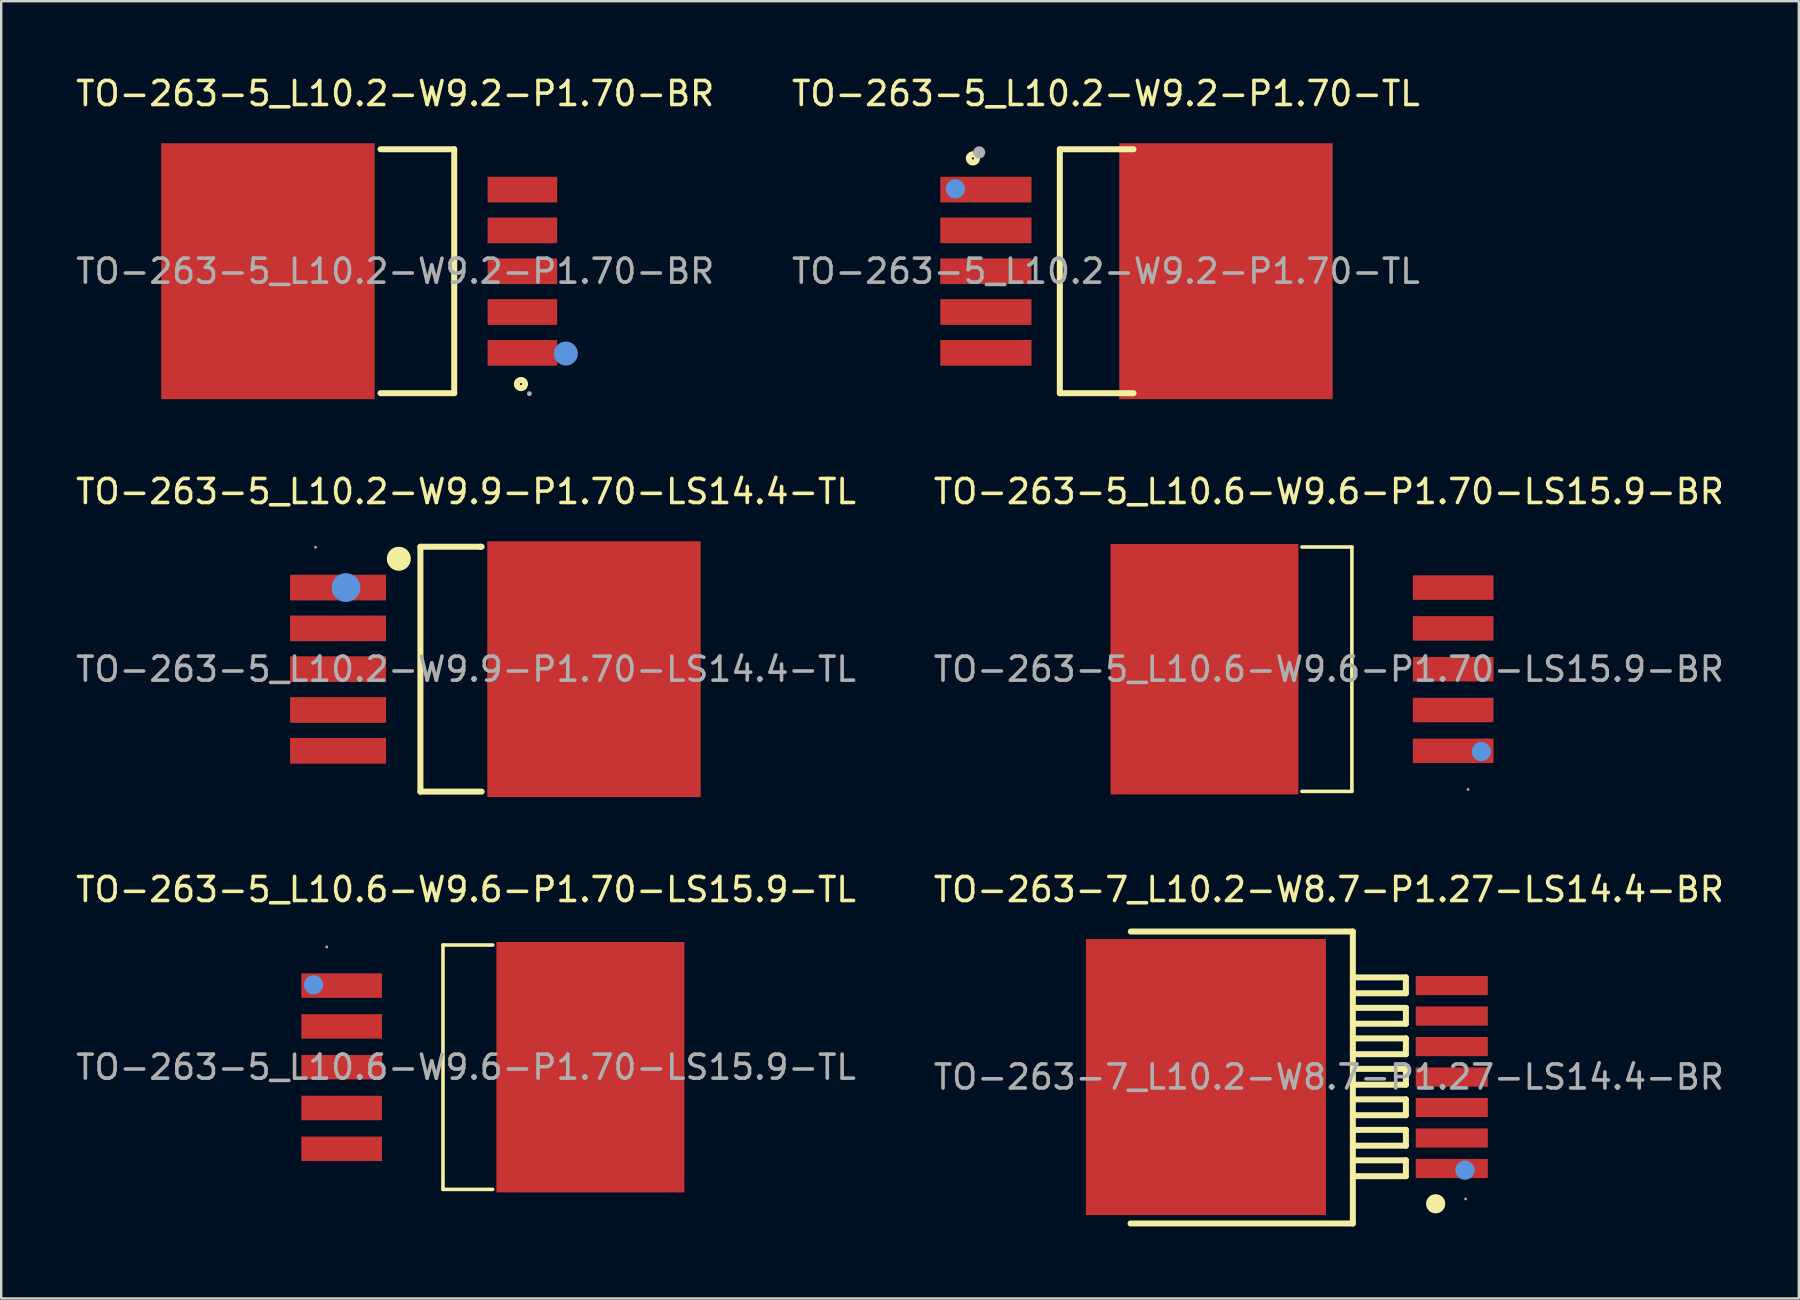
<source format=kicad_pcb>
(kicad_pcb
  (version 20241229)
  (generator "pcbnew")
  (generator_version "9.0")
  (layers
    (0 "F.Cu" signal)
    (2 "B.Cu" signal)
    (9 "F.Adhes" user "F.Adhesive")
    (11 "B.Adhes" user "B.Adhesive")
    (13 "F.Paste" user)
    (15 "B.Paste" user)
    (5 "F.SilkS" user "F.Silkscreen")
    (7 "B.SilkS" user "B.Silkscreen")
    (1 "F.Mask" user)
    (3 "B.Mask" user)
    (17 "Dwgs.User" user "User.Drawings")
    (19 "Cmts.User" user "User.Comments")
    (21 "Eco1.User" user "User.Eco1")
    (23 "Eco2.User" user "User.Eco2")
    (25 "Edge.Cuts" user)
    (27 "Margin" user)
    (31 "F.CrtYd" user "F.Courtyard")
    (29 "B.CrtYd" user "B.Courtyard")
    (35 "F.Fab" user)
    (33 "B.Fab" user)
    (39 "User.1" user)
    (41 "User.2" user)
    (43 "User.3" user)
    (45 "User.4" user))
  (footprint "TO-263-5_L10.6-W9.6-P1.70-LS15.9-TL"
    (layer "F.Cu")
    (at 16.363 41.405)
    (property "Reference" "TO-263-5_L10.6-W9.6-P1.70-LS15.9-TL" (at 0 -7.4 0) (layer "F.SilkS") (effects (font (size 1 1) (thickness 0.15))))
    (attr through_hole)
    (fp_line (start -0.96 -5.09) (end -0.96 5.09) (stroke (width 0.15) (type solid)) (layer "F.SilkS"))
    (fp_line (start 1.11 -5.09) (end -0.96 -5.09) (stroke (width 0.15) (type solid)) (layer "F.SilkS"))
    (fp_line (start 1.11 5.09) (end -0.96 5.09) (stroke (width 0.15) (type solid)) (layer "F.SilkS"))
    (fp_circle (center -6.35 -3.43) (end -6.15 -3.43) (stroke (width 0.4) (type solid)) (fill no) (layer "Cmts.User"))
    (fp_circle (center -5.8 -5.01) (end -5.77 -5.01) (stroke (width 0.06) (type solid)) (fill no) (layer "F.Fab"))
    (fp_text user "${REFERENCE}" (at 0 0 0) (layer "F.Fab") (effects (font (size 1 1) (thickness 0.15))))
    (pad "1" smd rect (at -5.18 -3.4 180) (size 3.36 1.02) (layers "F.Cu" "F.Mask" "F.Paste"))
    (pad "2" smd rect (at -5.18 -1.7 180) (size 3.36 1.02) (layers "F.Cu" "F.Mask" "F.Paste"))
    (pad "3" smd rect (at -5.18 0 180) (size 3.36 1.02) (layers "F.Cu" "F.Mask" "F.Paste"))
    (pad "4" smd rect (at -5.18 1.7 180) (size 3.36 1.02) (layers "F.Cu" "F.Mask" "F.Paste"))
    (pad "5" smd rect (at -5.18 3.4 180) (size 3.36 1.02) (layers "F.Cu" "F.Mask" "F.Paste"))
    (pad "6" smd rect (at 5.18 0 180) (size 7.83 10.43) (layers "F.Cu" "F.Mask" "F.Paste")))
  (footprint "TO-263-5_L10.2-W9.9-P1.70-LS14.4-TL"
    (layer "F.Cu")
    (at 16.363 24.826)
    (property "Reference" "TO-263-5_L10.2-W9.9-P1.70-LS14.4-TL" (at 0 -7.4 0) (layer "F.SilkS") (effects (font (size 1 1) (thickness 0.15))))
    (attr through_hole)
    (fp_line (start -1.9 -5.1) (end -1.9 5.1) (stroke (width 0.25) (type solid)) (layer "F.SilkS"))
    (fp_line (start -1.9 5.1) (end 0.65 5.1) (stroke (width 0.25) (type solid)) (layer "F.SilkS"))
    (fp_line (start 0.6 -5.1) (end -1.9 -5.1) (stroke (width 0.25) (type solid)) (layer "F.SilkS"))
    (fp_line (start 0.6 -5.1) (end 0.65 -5.1) (stroke (width 0.25) (type solid)) (layer "F.SilkS"))
    (fp_circle (center -2.8 -4.6) (end -2.55 -4.6) (stroke (width 0.5) (type solid)) (fill no) (layer "F.SilkS"))
    (fp_circle (center -5 -3.4) (end -4.7 -3.4) (stroke (width 0.6) (type solid)) (fill no) (layer "Cmts.User"))
    (fp_circle (center -6.27 -5.08) (end -6.24 -5.08) (stroke (width 0.06) (type solid)) (fill no) (layer "F.Fab"))
    (fp_text user "${REFERENCE}" (at 0 0 0) (layer "F.Fab") (effects (font (size 1 1) (thickness 0.15))))
    (pad "1" smd rect (at -5.33 -3.4) (size 4 1.07) (layers "F.Cu" "F.Mask" "F.Paste"))
    (pad "2" smd rect (at -5.33 -1.7) (size 4 1.07) (layers "F.Cu" "F.Mask" "F.Paste"))
    (pad "3" smd rect (at -5.33 0) (size 4 1.07) (layers "F.Cu" "F.Mask" "F.Paste"))
    (pad "4" smd rect (at -5.33 1.7) (size 4 1.07) (layers "F.Cu" "F.Mask" "F.Paste"))
    (pad "5" smd rect (at -5.33 3.4) (size 4 1.07) (layers "F.Cu" "F.Mask" "F.Paste"))
    (pad "6" smd rect (at 5.33 0 270) (size 10.66 8.89) (layers "F.Cu" "F.Mask" "F.Paste")))
  (footprint "TO-263-5_L10.2-W9.2-P1.70-TL"
    (layer "F.Cu")
    (at 43.018 8.248)
    (property "Reference" "TO-263-5_L10.2-W9.2-P1.70-TL" (at 0 -7.4 0) (layer "F.SilkS") (effects (font (size 1 1) (thickness 0.15))))
    (attr through_hole)
    (fp_line (start -1.92 -5.08) (end 1.15 -5.08) (stroke (width 0.25) (type solid)) (layer "F.SilkS"))
    (fp_line (start -1.92 5.08) (end -1.92 -5.08) (stroke (width 0.25) (type solid)) (layer "F.SilkS"))
    (fp_line (start 1.15 5.08) (end -1.92 5.08) (stroke (width 0.25) (type solid)) (layer "F.SilkS"))
    (fp_circle (center -5.54 -4.7) (end -5.37 -4.7) (stroke (width 0.25) (type solid)) (fill no) (layer "F.SilkS"))
    (fp_circle (center -6.27 -3.43) (end -6.07 -3.43) (stroke (width 0.4) (type solid)) (fill no) (layer "Cmts.User"))
    (fp_circle (center -5.28 -4.95) (end -5.15 -4.95) (stroke (width 0.25) (type solid)) (fill no) (layer "F.Fab"))
    (fp_text user "${REFERENCE}" (at 0 0 0) (layer "F.Fab") (effects (font (size 1 1) (thickness 0.15))))
    (pad "1" smd rect (at -5 -3.4) (size 3.8 1.07) (layers "F.Cu" "F.Mask" "F.Paste"))
    (pad "2" smd rect (at -5 -1.7) (size 3.8 1.07) (layers "F.Cu" "F.Mask" "F.Paste"))
    (pad "3" smd rect (at -5 0) (size 3.8 1.07) (layers "F.Cu" "F.Mask" "F.Paste"))
    (pad "4" smd rect (at -5 1.7) (size 3.8 1.07) (layers "F.Cu" "F.Mask" "F.Paste"))
    (pad "5" smd rect (at -5 3.4) (size 3.8 1.07) (layers "F.Cu" "F.Mask" "F.Paste"))
    (pad "6" smd rect (at 5 0 270) (size 10.66 8.89) (layers "F.Cu" "F.Mask" "F.Paste")))
  (footprint "TO-263-7_L10.2-W8.7-P1.27-LS14.4-BR"
    (layer "F.Cu")
    (at 52.304 41.815)
    (property "Reference" "TO-263-7_L10.2-W8.7-P1.27-LS14.4-BR" (at 0 -7.81 0) (layer "F.SilkS") (effects (font (size 1 1) (thickness 0.15))))
    (attr through_hole)
    (fp_line (start -8.25 -6.06) (end 1 -6.06) (stroke (width 0.25) (type solid)) (layer "F.SilkS"))
    (fp_line (start 1 -6.06) (end 1 6.1) (stroke (width 0.25) (type solid)) (layer "F.SilkS"))
    (fp_line (start 1 -4.15) (end 3.21 -4.15) (stroke (width 0.25) (type solid)) (layer "F.SilkS"))
    (fp_line (start 1 -2.88) (end 3.21 -2.88) (stroke (width 0.25) (type solid)) (layer "F.SilkS"))
    (fp_line (start 1 -1.61) (end 3.21 -1.61) (stroke (width 0.25) (type solid)) (layer "F.SilkS"))
    (fp_line (start 1 -0.34) (end 3.21 -0.34) (stroke (width 0.25) (type solid)) (layer "F.SilkS"))
    (fp_line (start 1 0.93) (end 3.21 0.93) (stroke (width 0.25) (type solid)) (layer "F.SilkS"))
    (fp_line (start 1 2.2) (end 3.21 2.2) (stroke (width 0.25) (type solid)) (layer "F.SilkS"))
    (fp_line (start 1 3.47) (end 3.21 3.47) (stroke (width 0.25) (type solid)) (layer "F.SilkS"))
    (fp_line (start 1 6.1) (end -8.26 6.1) (stroke (width 0.25) (type solid)) (layer "F.SilkS"))
    (fp_line (start 3.21 -4.15) (end 3.21 -3.49) (stroke (width 0.25) (type solid)) (layer "F.SilkS"))
    (fp_line (start 3.21 -3.49) (end 1 -3.49) (stroke (width 0.25) (type solid)) (layer "F.SilkS"))
    (fp_line (start 3.21 -2.88) (end 3.21 -2.22) (stroke (width 0.25) (type solid)) (layer "F.SilkS"))
    (fp_line (start 3.21 -2.22) (end 1 -2.22) (stroke (width 0.25) (type solid)) (layer "F.SilkS"))
    (fp_line (start 3.21 -1.61) (end 3.21 -0.95) (stroke (width 0.25) (type solid)) (layer "F.SilkS"))
    (fp_line (start 3.21 -0.95) (end 1 -0.95) (stroke (width 0.25) (type solid)) (layer "F.SilkS"))
    (fp_line (start 3.21 -0.34) (end 3.21 0.32) (stroke (width 0.25) (type solid)) (layer "F.SilkS"))
    (fp_line (start 3.21 0.32) (end 1 0.32) (stroke (width 0.25) (type solid)) (layer "F.SilkS"))
    (fp_line (start 3.21 0.93) (end 3.21 1.59) (stroke (width 0.25) (type solid)) (layer "F.SilkS"))
    (fp_line (start 3.21 1.59) (end 1 1.59) (stroke (width 0.25) (type solid)) (layer "F.SilkS"))
    (fp_line (start 3.21 2.2) (end 3.21 2.86) (stroke (width 0.25) (type solid)) (layer "F.SilkS"))
    (fp_line (start 3.21 2.86) (end 1 2.86) (stroke (width 0.25) (type solid)) (layer "F.SilkS"))
    (fp_line (start 3.21 3.47) (end 3.21 4.13) (stroke (width 0.25) (type solid)) (layer "F.SilkS"))
    (fp_line (start 3.21 4.13) (end 1 4.13) (stroke (width 0.25) (type solid)) (layer "F.SilkS"))
    (fp_circle (center 4.45 5.28) (end 4.65 5.28) (stroke (width 0.4) (type solid)) (fill no) (layer "F.SilkS"))
    (fp_circle (center 5.67 3.88) (end 5.87 3.88) (stroke (width 0.4) (type solid)) (fill no) (layer "Cmts.User"))
    (fp_circle (center 5.7 5.08) (end 5.73 5.08) (stroke (width 0.06) (type solid)) (fill no) (layer "F.Fab"))
    (fp_text user "${REFERENCE}" (at 0 0 0) (layer "F.Fab") (effects (font (size 1 1) (thickness 0.15))))
    (pad "0" smd rect (at -5.12 0 180) (size 10 11.5) (layers "F.Cu" "F.Mask" "F.Paste"))
    (pad "1" smd rect (at 5.12 3.81 180) (size 3 0.8) (layers "F.Cu" "F.Mask" "F.Paste"))
    (pad "2" smd rect (at 5.12 2.54 180) (size 3 0.8) (layers "F.Cu" "F.Mask" "F.Paste"))
    (pad "3" smd rect (at 5.12 1.27 180) (size 3 0.8) (layers "F.Cu" "F.Mask" "F.Paste"))
    (pad "4" smd rect (at 5.12 0 180) (size 3 0.8) (layers "F.Cu" "F.Mask" "F.Paste"))
    (pad "5" smd rect (at 5.12 -1.27 180) (size 3 0.8) (layers "F.Cu" "F.Mask" "F.Paste"))
    (pad "6" smd rect (at 5.12 -2.54 180) (size 3 0.8) (layers "F.Cu" "F.Mask" "F.Paste"))
    (pad "7" smd rect (at 5.12 -3.81 180) (size 3 0.8) (layers "F.Cu" "F.Mask" "F.Paste")))
  (footprint "TO-263-5_L10.6-W9.6-P1.70-LS15.9-BR"
    (layer "F.Cu")
    (at 52.304 24.826)
    (property "Reference" "TO-263-5_L10.6-W9.6-P1.70-LS15.9-BR" (at 0 -7.4 0) (layer "F.SilkS") (effects (font (size 1 1) (thickness 0.15))))
    (attr through_hole)
    (fp_line (start -1.12 -5.09) (end 0.96 -5.09) (stroke (width 0.15) (type solid)) (layer "F.SilkS"))
    (fp_line (start -1.12 5.09) (end 0.96 5.09) (stroke (width 0.15) (type solid)) (layer "F.SilkS"))
    (fp_line (start 0.96 5.09) (end 0.96 -5.09) (stroke (width 0.15) (type solid)) (layer "F.SilkS"))
    (fp_circle (center 6.35 3.43) (end 6.55 3.43) (stroke (width 0.4) (type solid)) (fill no) (layer "Cmts.User"))
    (fp_circle (center 5.8 5.01) (end 5.83 5.01) (stroke (width 0.06) (type solid)) (fill no) (layer "F.Fab"))
    (fp_text user "${REFERENCE}" (at 0 0 0) (layer "F.Fab") (effects (font (size 1 1) (thickness 0.15))))
    (pad "1" smd rect (at 5.18 3.4) (size 3.36 1.02) (layers "F.Cu" "F.Mask" "F.Paste"))
    (pad "2" smd rect (at 5.18 1.7) (size 3.36 1.02) (layers "F.Cu" "F.Mask" "F.Paste"))
    (pad "3" smd rect (at 5.18 0) (size 3.36 1.02) (layers "F.Cu" "F.Mask" "F.Paste"))
    (pad "4" smd rect (at 5.18 -1.7) (size 3.36 1.02) (layers "F.Cu" "F.Mask" "F.Paste"))
    (pad "5" smd rect (at 5.18 -3.4) (size 3.36 1.02) (layers "F.Cu" "F.Mask" "F.Paste"))
    (pad "6" smd rect (at -5.18 0) (size 7.83 10.43) (layers "F.Cu" "F.Mask" "F.Paste")))
  (footprint "TO-263-5_L10.2-W9.2-P1.70-BR"
    (layer "F.Cu")
    (at 13.411 8.248)
    (property "Reference" "TO-263-5_L10.2-W9.2-P1.70-BR" (at 0 -7.4 0) (layer "F.SilkS") (effects (font (size 1 1) (thickness 0.15))))
    (attr through_hole)
    (fp_line (start -0.61 -5.08) (end 2.46 -5.08) (stroke (width 0.25) (type solid)) (layer "F.SilkS"))
    (fp_line (start 2.46 -5.08) (end 2.46 5.08) (stroke (width 0.25) (type solid)) (layer "F.SilkS"))
    (fp_line (start 2.46 5.08) (end -0.61 5.08) (stroke (width 0.25) (type solid)) (layer "F.SilkS"))
    (fp_circle (center 5.24 4.7) (end 5.41 4.7) (stroke (width 0.25) (type solid)) (fill no) (layer "F.SilkS"))
    (fp_circle (center 7.11 3.43) (end 7.36 3.43) (stroke (width 0.5) (type solid)) (fill no) (layer "Cmts.User"))
    (fp_circle (center 5.59 5.1) (end 5.64 5.1) (stroke (width 0.1) (type solid)) (fill no) (layer "F.Fab"))
    (fp_text user "${REFERENCE}" (at 0 0 0) (layer "F.Fab") (effects (font (size 1 1) (thickness 0.15))))
    (pad "1" smd rect (at 5.3 3.4 180) (size 2.9 1.07) (layers "F.Cu" "F.Mask" "F.Paste"))
    (pad "2" smd rect (at 5.3 1.7 180) (size 2.9 1.07) (layers "F.Cu" "F.Mask" "F.Paste"))
    (pad "3" smd rect (at 5.3 0 180) (size 2.9 1.07) (layers "F.Cu" "F.Mask" "F.Paste"))
    (pad "4" smd rect (at 5.3 -1.7 180) (size 2.9 1.07) (layers "F.Cu" "F.Mask" "F.Paste"))
    (pad "5" smd rect (at 5.3 -3.4 180) (size 2.9 1.07) (layers "F.Cu" "F.Mask" "F.Paste"))
    (pad "6" smd rect (at -5.3 0 90) (size 10.66 8.89) (layers "F.Cu" "F.Mask" "F.Paste")))
  (gr_rect
    (start -3 -3)
    (end 71.881 51.04)
    (stroke (width 0.1) (type default))
    (fill no)
    (layer "Edge.Cuts")))
</source>
